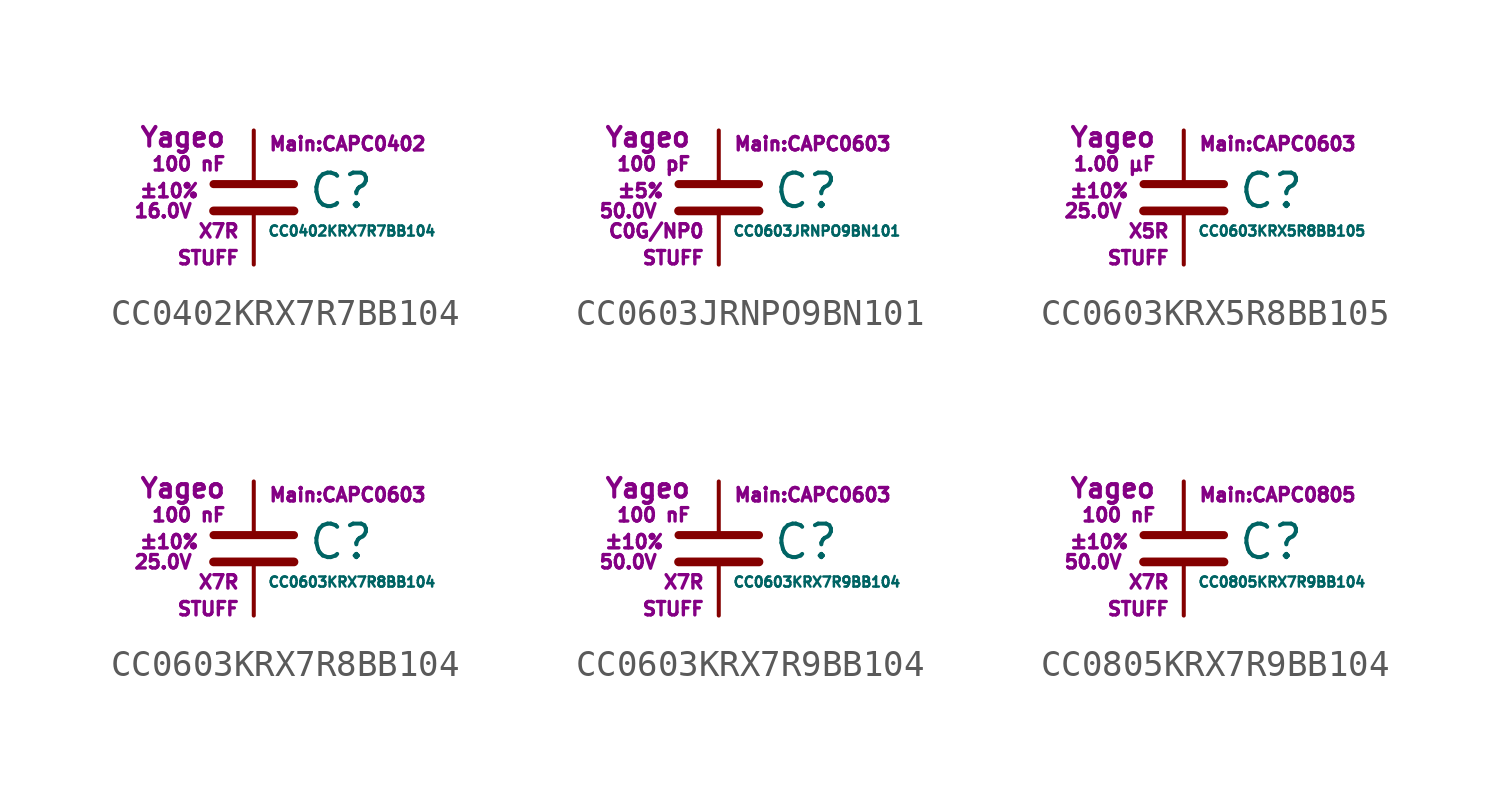
<source format=kicad_sym>
(kicad_symbol_lib
  (version 20211014)
  (generator kicad_symbol_editor)
  (symbol "CC0402KRX7R7BB104"
    (pin_numbers hide)
    (pin_names
      (offset 0.254) hide)
    (property "Reference" "C"
      (at 2.032 0.254 0)
      (effects (font (size 1.27 1.27)) (justify left)))
    (property "Value" "CC0402KRX7R7BB104"
      (at 0.508 -1.27 0)
      (effects (font (size 0.381 0.381)) (justify left)))
    (property "Footprint" "Main:CAPC0402"
      (at 3.556 2.032 0)
      (effects (font (size 0.508 0.508))))
    (property "Datasheet" ""
      (at 0.762 0.508 0)
      (effects (font (size 1.27 1.27))))
    (property "Manufacturer" "Yageo"
      (at -1.016 2.286 0)
      (effects (font (size 0.711 0.711)) (justify right)))
    (property "SKU" "STUFF"
      (at -0.508 -2.286 0)
      (effects (font (size 0.508 0.508)) (justify right)))
    (property "C" "100 nF"
      (at -1.016 1.27 0)
      (effects (font (size 0.508 0.508)) (justify right)))
    (property "Tol" "±10%"
      (at -2.032 0.254 0)
      (effects (font (size 0.508 0.508)) (justify right)))
    (property "Vmax" "16.0V"
      (at -2.286 -0.508 0)
      (effects (font (size 0.508 0.508)) (justify right)))
    (property "Type" "X7R"
      (at -0.508 -1.27 0)
      (effects (font (size 0.508 0.508)) (justify right)))
    (symbol "CC0402KRX7R7BB104_0_1"
      (polyline (pts (xy -1.524 -0.508) (xy 1.524 -0.508)) (stroke (width 0.33) (type default) (color 0 0 0 0)) (fill (type none)))
      (polyline (pts (xy -1.524 0.508) (xy 1.524 0.508)) (stroke (width 0.305) (type default) (color 0 0 0 0)) (fill (type none))))
    (symbol "CC0402KRX7R7BB104_1_1"
      (pin passive line (at 0 2.54 270) (length 1.905) (name "~" (effects (font (size 1.016 1.016)))) (number "1" (effects (font (size 1.016 1.016)))))
      (pin passive line (at 0 -2.54 90) (length 2.032) (name "~" (effects (font (size 1.016 1.016)))) (number "2" (effects (font (size 1.016 1.016)))))))
  (symbol "CC0603JRNPO9BN101"
    (pin_numbers hide)
    (pin_names
      (offset 0.254) hide)
    (property "Reference" "C"
      (at 2.032 0.254 0)
      (effects (font (size 1.27 1.27)) (justify left)))
    (property "Value" "CC0603JRNPO9BN101"
      (at 0.508 -1.27 0)
      (effects (font (size 0.381 0.381)) (justify left)))
    (property "Footprint" "Main:CAPC0603"
      (at 3.556 2.032 0)
      (effects (font (size 0.508 0.508))))
    (property "Datasheet" ""
      (at 0.762 0.508 0)
      (effects (font (size 1.27 1.27))))
    (property "Manufacturer" "Yageo"
      (at -1.016 2.286 0)
      (effects (font (size 0.711 0.711)) (justify right)))
    (property "SKU" "STUFF"
      (at -0.508 -2.286 0)
      (effects (font (size 0.508 0.508)) (justify right)))
    (property "C" "100 pF"
      (at -1.016 1.27 0)
      (effects (font (size 0.508 0.508)) (justify right)))
    (property "Tol" "±5%"
      (at -2.032 0.254 0)
      (effects (font (size 0.508 0.508)) (justify right)))
    (property "Vmax" "50.0V"
      (at -2.286 -0.508 0)
      (effects (font (size 0.508 0.508)) (justify right)))
    (property "Type" "C0G/NP0"
      (at -0.508 -1.27 0)
      (effects (font (size 0.508 0.508)) (justify right)))
    (symbol "CC0603JRNPO9BN101_0_1"
      (polyline (pts (xy -1.524 -0.508) (xy 1.524 -0.508)) (stroke (width 0.33) (type default) (color 0 0 0 0)) (fill (type none)))
      (polyline (pts (xy -1.524 0.508) (xy 1.524 0.508)) (stroke (width 0.305) (type default) (color 0 0 0 0)) (fill (type none))))
    (symbol "CC0603JRNPO9BN101_1_1"
      (pin passive line (at 0 2.54 270) (length 1.905) (name "~" (effects (font (size 1.016 1.016)))) (number "1" (effects (font (size 1.016 1.016)))))
      (pin passive line (at 0 -2.54 90) (length 2.032) (name "~" (effects (font (size 1.016 1.016)))) (number "2" (effects (font (size 1.016 1.016)))))))
  (symbol "CC0603KRX5R8BB105"
    (pin_numbers hide)
    (pin_names
      (offset 0.254) hide)
    (property "Reference" "C"
      (at 2.032 0.254 0)
      (effects (font (size 1.27 1.27)) (justify left)))
    (property "Value" "CC0603KRX5R8BB105"
      (at 0.508 -1.27 0)
      (effects (font (size 0.381 0.381)) (justify left)))
    (property "Footprint" "Main:CAPC0603"
      (at 3.556 2.032 0)
      (effects (font (size 0.508 0.508))))
    (property "Datasheet" ""
      (at 0.762 0.508 0)
      (effects (font (size 1.27 1.27))))
    (property "Manufacturer" "Yageo"
      (at -1.016 2.286 0)
      (effects (font (size 0.711 0.711)) (justify right)))
    (property "SKU" "STUFF"
      (at -0.508 -2.286 0)
      (effects (font (size 0.508 0.508)) (justify right)))
    (property "C" "1.00 µF"
      (at -1.016 1.27 0)
      (effects (font (size 0.508 0.508)) (justify right)))
    (property "Tol" "±10%"
      (at -2.032 0.254 0)
      (effects (font (size 0.508 0.508)) (justify right)))
    (property "Vmax" "25.0V"
      (at -2.286 -0.508 0)
      (effects (font (size 0.508 0.508)) (justify right)))
    (property "Type" "X5R"
      (at -0.508 -1.27 0)
      (effects (font (size 0.508 0.508)) (justify right)))
    (symbol "CC0603KRX5R8BB105_0_1"
      (polyline (pts (xy -1.524 -0.508) (xy 1.524 -0.508)) (stroke (width 0.33) (type default) (color 0 0 0 0)) (fill (type none)))
      (polyline (pts (xy -1.524 0.508) (xy 1.524 0.508)) (stroke (width 0.305) (type default) (color 0 0 0 0)) (fill (type none))))
    (symbol "CC0603KRX5R8BB105_1_1"
      (pin passive line (at 0 2.54 270) (length 1.905) (name "~" (effects (font (size 1.016 1.016)))) (number "1" (effects (font (size 1.016 1.016)))))
      (pin passive line (at 0 -2.54 90) (length 2.032) (name "~" (effects (font (size 1.016 1.016)))) (number "2" (effects (font (size 1.016 1.016)))))))
  (symbol "CC0603KRX7R8BB104"
    (pin_numbers hide)
    (pin_names
      (offset 0.254) hide)
    (property "Reference" "C"
      (at 2.032 0.254 0)
      (effects (font (size 1.27 1.27)) (justify left)))
    (property "Value" "CC0603KRX7R8BB104"
      (at 0.508 -1.27 0)
      (effects (font (size 0.381 0.381)) (justify left)))
    (property "Footprint" "Main:CAPC0603"
      (at 3.556 2.032 0)
      (effects (font (size 0.508 0.508))))
    (property "Datasheet" ""
      (at 0.762 0.508 0)
      (effects (font (size 1.27 1.27))))
    (property "Manufacturer" "Yageo"
      (at -1.016 2.286 0)
      (effects (font (size 0.711 0.711)) (justify right)))
    (property "SKU" "STUFF"
      (at -0.508 -2.286 0)
      (effects (font (size 0.508 0.508)) (justify right)))
    (property "C" "100 nF"
      (at -1.016 1.27 0)
      (effects (font (size 0.508 0.508)) (justify right)))
    (property "Tol" "±10%"
      (at -2.032 0.254 0)
      (effects (font (size 0.508 0.508)) (justify right)))
    (property "Vmax" "25.0V"
      (at -2.286 -0.508 0)
      (effects (font (size 0.508 0.508)) (justify right)))
    (property "Type" "X7R"
      (at -0.508 -1.27 0)
      (effects (font (size 0.508 0.508)) (justify right)))
    (symbol "CC0603KRX7R8BB104_0_1"
      (polyline (pts (xy -1.524 -0.508) (xy 1.524 -0.508)) (stroke (width 0.33) (type default) (color 0 0 0 0)) (fill (type none)))
      (polyline (pts (xy -1.524 0.508) (xy 1.524 0.508)) (stroke (width 0.305) (type default) (color 0 0 0 0)) (fill (type none))))
    (symbol "CC0603KRX7R8BB104_1_1"
      (pin passive line (at 0 2.54 270) (length 1.905) (name "~" (effects (font (size 1.016 1.016)))) (number "1" (effects (font (size 1.016 1.016)))))
      (pin passive line (at 0 -2.54 90) (length 2.032) (name "~" (effects (font (size 1.016 1.016)))) (number "2" (effects (font (size 1.016 1.016)))))))
  (symbol "CC0603KRX7R9BB104"
    (pin_numbers hide)
    (pin_names
      (offset 0.254) hide)
    (property "Reference" "C"
      (at 2.032 0.254 0)
      (effects (font (size 1.27 1.27)) (justify left)))
    (property "Value" "CC0603KRX7R9BB104"
      (at 0.508 -1.27 0)
      (effects (font (size 0.381 0.381)) (justify left)))
    (property "Footprint" "Main:CAPC0603"
      (at 3.556 2.032 0)
      (effects (font (size 0.508 0.508))))
    (property "Datasheet" ""
      (at 0.762 0.508 0)
      (effects (font (size 1.27 1.27))))
    (property "Manufacturer" "Yageo"
      (at -1.016 2.286 0)
      (effects (font (size 0.711 0.711)) (justify right)))
    (property "SKU" "STUFF"
      (at -0.508 -2.286 0)
      (effects (font (size 0.508 0.508)) (justify right)))
    (property "C" "100 nF"
      (at -1.016 1.27 0)
      (effects (font (size 0.508 0.508)) (justify right)))
    (property "Tol" "±10%"
      (at -2.032 0.254 0)
      (effects (font (size 0.508 0.508)) (justify right)))
    (property "Vmax" "50.0V"
      (at -2.286 -0.508 0)
      (effects (font (size 0.508 0.508)) (justify right)))
    (property "Type" "X7R"
      (at -0.508 -1.27 0)
      (effects (font (size 0.508 0.508)) (justify right)))
    (symbol "CC0603KRX7R9BB104_0_1"
      (polyline (pts (xy -1.524 -0.508) (xy 1.524 -0.508)) (stroke (width 0.33) (type default) (color 0 0 0 0)) (fill (type none)))
      (polyline (pts (xy -1.524 0.508) (xy 1.524 0.508)) (stroke (width 0.305) (type default) (color 0 0 0 0)) (fill (type none))))
    (symbol "CC0603KRX7R9BB104_1_1"
      (pin passive line (at 0 2.54 270) (length 1.905) (name "~" (effects (font (size 1.016 1.016)))) (number "1" (effects (font (size 1.016 1.016)))))
      (pin passive line (at 0 -2.54 90) (length 2.032) (name "~" (effects (font (size 1.016 1.016)))) (number "2" (effects (font (size 1.016 1.016)))))))
  (symbol "CC0805KRX7R9BB104"
    (pin_numbers hide)
    (pin_names
      (offset 0.254) hide)
    (property "Reference" "C"
      (at 2.032 0.254 0)
      (effects (font (size 1.27 1.27)) (justify left)))
    (property "Value" "CC0805KRX7R9BB104"
      (at 0.508 -1.27 0)
      (effects (font (size 0.381 0.381)) (justify left)))
    (property "Footprint" "Main:CAPC0805"
      (at 3.556 2.032 0)
      (effects (font (size 0.508 0.508))))
    (property "Datasheet" ""
      (at 0.762 0.508 0)
      (effects (font (size 1.27 1.27))))
    (property "Manufacturer" "Yageo"
      (at -1.016 2.286 0)
      (effects (font (size 0.711 0.711)) (justify right)))
    (property "SKU" "STUFF"
      (at -0.508 -2.286 0)
      (effects (font (size 0.508 0.508)) (justify right)))
    (property "C" "100 nF"
      (at -1.016 1.27 0)
      (effects (font (size 0.508 0.508)) (justify right)))
    (property "Tol" "±10%"
      (at -2.032 0.254 0)
      (effects (font (size 0.508 0.508)) (justify right)))
    (property "Vmax" "50.0V"
      (at -2.286 -0.508 0)
      (effects (font (size 0.508 0.508)) (justify right)))
    (property "Type" "X7R"
      (at -0.508 -1.27 0)
      (effects (font (size 0.508 0.508)) (justify right)))
    (symbol "CC0805KRX7R9BB104_0_1"
      (polyline (pts (xy -1.524 -0.508) (xy 1.524 -0.508)) (stroke (width 0.33) (type default) (color 0 0 0 0)) (fill (type none)))
      (polyline (pts (xy -1.524 0.508) (xy 1.524 0.508)) (stroke (width 0.305) (type default) (color 0 0 0 0)) (fill (type none))))
    (symbol "CC0805KRX7R9BB104_1_1"
      (pin passive line (at 0 2.54 270) (length 1.905) (name "~" (effects (font (size 1.016 1.016)))) (number "1" (effects (font (size 1.016 1.016)))))
      (pin passive line (at 0 -2.54 90) (length 2.032) (name "~" (effects (font (size 1.016 1.016)))) (number "2" (effects (font (size 1.016 1.016))))))))
</source>
